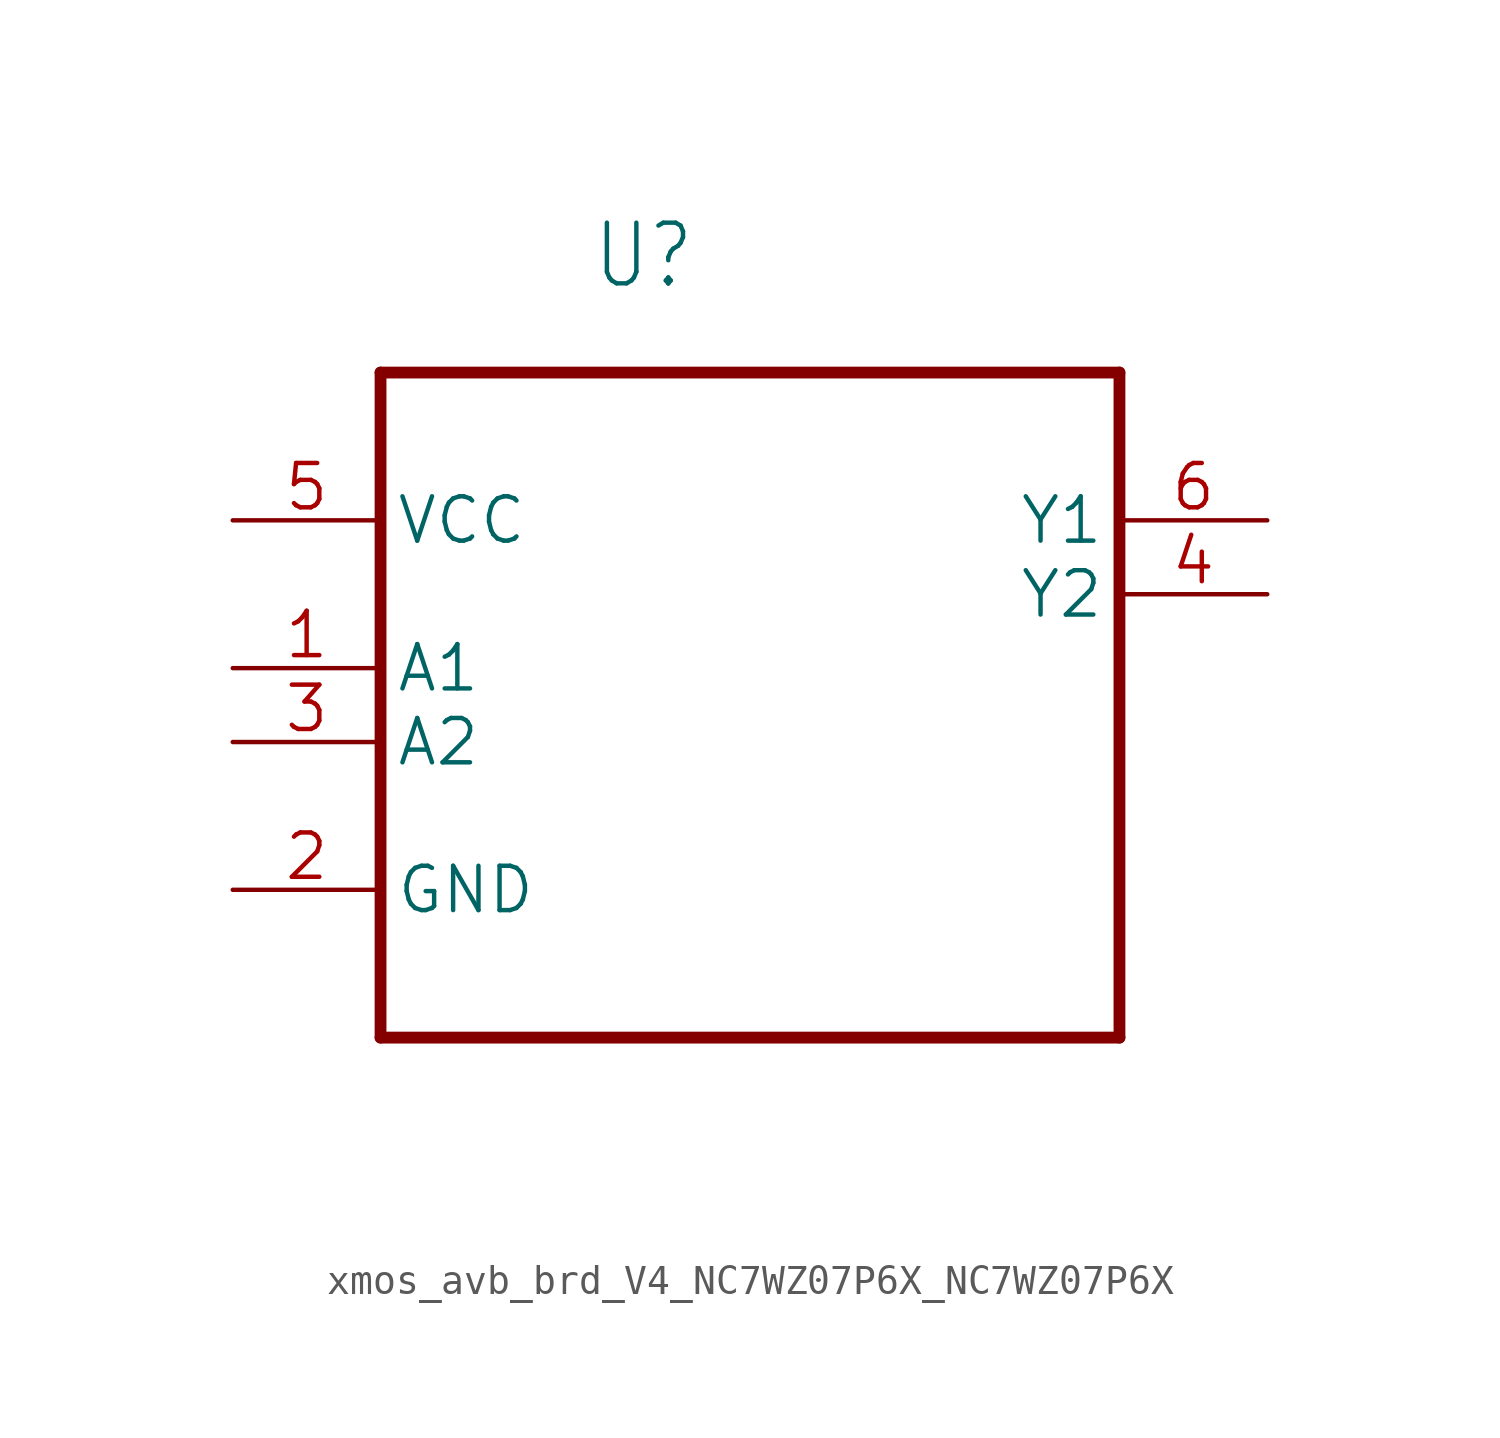
<source format=kicad_sym>
(kicad_symbol_lib
  (version 20241209)
  (generator "kicad_symbol_editor")
  (generator_version "9.0")
  (symbol "xmos_avb_brd_V4_NC7WZ07P6X_NC7WZ07P6X"
    (property "Reference" "U"
      (at -5.441 10.424 0)
      (effects (font (size 2.085 1.772)) (justify left bottom)))
    (property "Value" ""
      (at -4.068 -19.349 0)
      (effects (font (size 2.085 1.772)) (justify left bottom)))
    (property "ki_locked" ""
      (at 0 0 0)
      (effects (font (size 1.27 1.27))))
    (symbol "xmos_avb_brd_V4_NC7WZ07P6X_NC7WZ07P6X_1_0"
      (polyline (pts (xy -12.7 7.62) (xy -12.7 -15.24)) (stroke (width 0.406) (type solid)) (fill (type none)))
      (polyline (pts (xy -12.7 -15.24) (xy 12.7 -15.24)) (stroke (width 0.406) (type solid)) (fill (type none)))
      (polyline (pts (xy 12.7 7.62) (xy -12.7 7.62)) (stroke (width 0.406) (type solid)) (fill (type none)))
      (polyline (pts (xy 12.7 -15.24) (xy 12.7 7.62)) (stroke (width 0.406) (type solid)) (fill (type none)))
      (pin power_in line (at -17.78 2.54 0) (length 5.08) (name "VCC" (effects (font (size 1.524 1.524)))) (number "5" (effects (font (size 1.524 1.524)))))
      (pin input line (at -17.78 -2.54 0) (length 5.08) (name "A1" (effects (font (size 1.524 1.524)))) (number "1" (effects (font (size 1.524 1.524)))))
      (pin input line (at -17.78 -5.08 0) (length 5.08) (name "A2" (effects (font (size 1.524 1.524)))) (number "3" (effects (font (size 1.524 1.524)))))
      (pin passive line (at -17.78 -10.16 0) (length 5.08) (name "GND" (effects (font (size 1.524 1.524)))) (number "2" (effects (font (size 1.524 1.524)))))
      (pin output line (at 17.78 2.54 180) (length 5.08) (name "Y1" (effects (font (size 1.524 1.524)))) (number "6" (effects (font (size 1.524 1.524)))))
      (pin output line (at 17.78 0 180) (length 5.08) (name "Y2" (effects (font (size 1.524 1.524)))) (number "4" (effects (font (size 1.524 1.524))))))))
</source>
